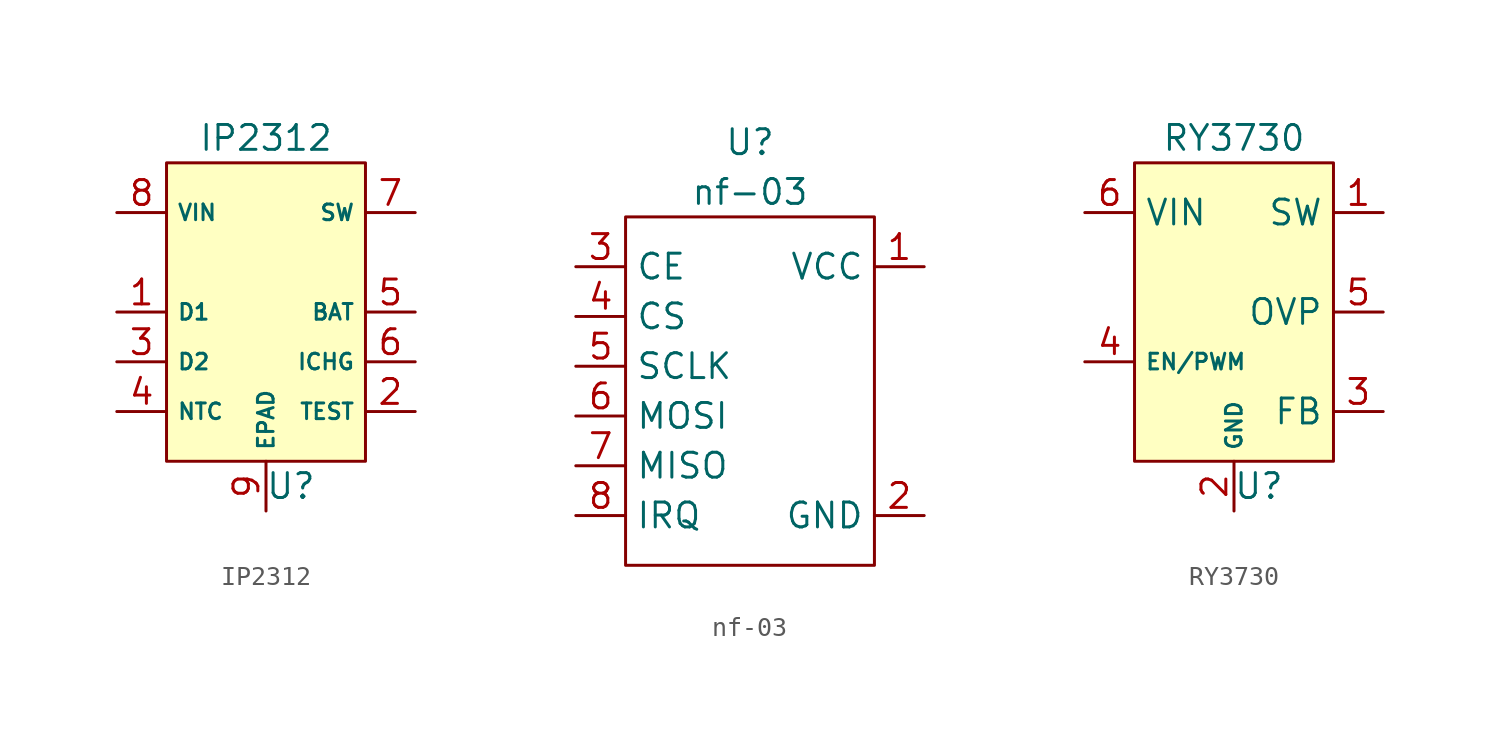
<source format=kicad_sym>
(kicad_symbol_lib
  (version 20211014)
  (generator kicad_symbol_editor)
  (symbol "IP2312"
    (property "Reference" "U"
      (at 1.27 -13.97 0)
      (effects (font (size 1.27 1.27))))
    (property "Value" "IP2312"
      (at 0 3.81 0)
      (effects (font (size 1.27 1.27))))
    (symbol "IP2312_0_1"
      (rectangle (start -5.08 2.54) (end 5.08 -12.7) (stroke (width 0) (type default) (color 0 0 0 0)) (fill (type background))))
    (symbol "IP2312_1_1"
      (pin bidirectional line (at -7.62 -5.08 0) (length 2.54) (name "D1" (effects (font (size 0.8 0.8)))) (number "1" (effects (font (size 1.27 1.27)))))
      (pin bidirectional line (at 7.62 -10.16 180) (length 2.54) (name "TEST" (effects (font (size 0.8 0.8)))) (number "2" (effects (font (size 1.27 1.27)))))
      (pin bidirectional line (at -7.62 -7.62 0) (length 2.54) (name "D2" (effects (font (size 0.8 0.8)))) (number "3" (effects (font (size 1.27 1.27)))))
      (pin bidirectional line (at -7.62 -10.16 0) (length 2.54) (name "NTC" (effects (font (size 0.8 0.8)))) (number "4" (effects (font (size 1.27 1.27)))))
      (pin bidirectional line (at 7.62 -5.08 180) (length 2.54) (name "BAT" (effects (font (size 0.8 0.8)))) (number "5" (effects (font (size 1.27 1.27)))))
      (pin bidirectional line (at 7.62 -7.62 180) (length 2.54) (name "ICHG" (effects (font (size 0.8 0.8)))) (number "6" (effects (font (size 1.27 1.27)))))
      (pin bidirectional line (at 7.62 0 180) (length 2.54) (name "SW" (effects (font (size 0.8 0.8)))) (number "7" (effects (font (size 1.27 1.27)))))
      (pin bidirectional line (at -7.62 0 0) (length 2.54) (name "VIN" (effects (font (size 0.8 0.8)))) (number "8" (effects (font (size 1.27 1.27)))))
      (pin bidirectional line (at 0 -15.24 90) (length 2.54) (name "EPAD" (effects (font (size 0.8 0.8)))) (number "9" (effects (font (size 1.27 1.27)))))))
  (symbol "nf-03"
    (property "Reference" "U"
      (at 0 12.7 0)
      (effects (font (size 1.27 1.27))))
    (property "Value" "nf-03"
      (at 0 10.16 0)
      (effects (font (size 1.27 1.27))))
    (symbol "nf-03_0_1"
      (rectangle (start -6.35 8.89) (end 6.35 -8.89) (stroke (width 0) (type default) (color 0 0 0 0)) (fill (type none))))
    (symbol "nf-03_1_1"
      (pin power_in line (at 8.89 6.35 180) (length 2.54) (name "VCC" (effects (font (size 1.27 1.27)))) (number "1" (effects (font (size 1.27 1.27)))))
      (pin power_in line (at 8.89 -6.35 180) (length 2.54) (name "GND" (effects (font (size 1.27 1.27)))) (number "2" (effects (font (size 1.27 1.27)))))
      (pin bidirectional line (at -8.89 6.35 0) (length 2.54) (name "CE" (effects (font (size 1.27 1.27)))) (number "3" (effects (font (size 1.27 1.27)))))
      (pin bidirectional line (at -8.89 3.81 0) (length 2.54) (name "CS" (effects (font (size 1.27 1.27)))) (number "4" (effects (font (size 1.27 1.27)))))
      (pin bidirectional line (at -8.89 1.27 0) (length 2.54) (name "SCLK" (effects (font (size 1.27 1.27)))) (number "5" (effects (font (size 1.27 1.27)))))
      (pin bidirectional line (at -8.89 -1.27 0) (length 2.54) (name "MOSI" (effects (font (size 1.27 1.27)))) (number "6" (effects (font (size 1.27 1.27)))))
      (pin bidirectional line (at -8.89 -3.81 0) (length 2.54) (name "MISO" (effects (font (size 1.27 1.27)))) (number "7" (effects (font (size 1.27 1.27)))))
      (pin bidirectional line (at -8.89 -6.35 0) (length 2.54) (name "IRQ" (effects (font (size 1.27 1.27)))) (number "8" (effects (font (size 1.27 1.27)))))))
  (symbol "RY3730"
    (property "Reference" "U"
      (at 1.27 -13.97 0)
      (effects (font (size 1.27 1.27))))
    (property "Value" "RY3730"
      (at 0 3.81 0)
      (effects (font (size 1.27 1.27))))
    (symbol "RY3730_0_1"
      (rectangle (start -5.08 2.54) (end 5.08 -12.7) (stroke (width 0) (type default) (color 0 0 0 0)) (fill (type background))))
    (symbol "RY3730_1_1"
      (pin bidirectional line (at 7.62 0 180) (length 2.54) (name "SW" (effects (font (size 1.27 1.27)))) (number "1" (effects (font (size 1.27 1.27)))))
      (pin bidirectional line (at 0 -15.24 90) (length 2.54) (name "GND" (effects (font (size 0.8 0.8)))) (number "2" (effects (font (size 1.27 1.27)))))
      (pin bidirectional line (at 7.62 -10.16 180) (length 2.54) (name "FB" (effects (font (size 1.27 1.27)))) (number "3" (effects (font (size 1.27 1.27)))))
      (pin bidirectional line (at -7.62 -7.62 0) (length 2.54) (name "EN/PWM" (effects (font (size 0.8 0.8)))) (number "4" (effects (font (size 1.27 1.27)))))
      (pin bidirectional line (at 7.62 -5.08 180) (length 2.54) (name "OVP" (effects (font (size 1.27 1.27)))) (number "5" (effects (font (size 1.27 1.27)))))
      (pin bidirectional line (at -7.62 0 0) (length 2.54) (name "VIN" (effects (font (size 1.27 1.27)))) (number "6" (effects (font (size 1.27 1.27))))))))
</source>
